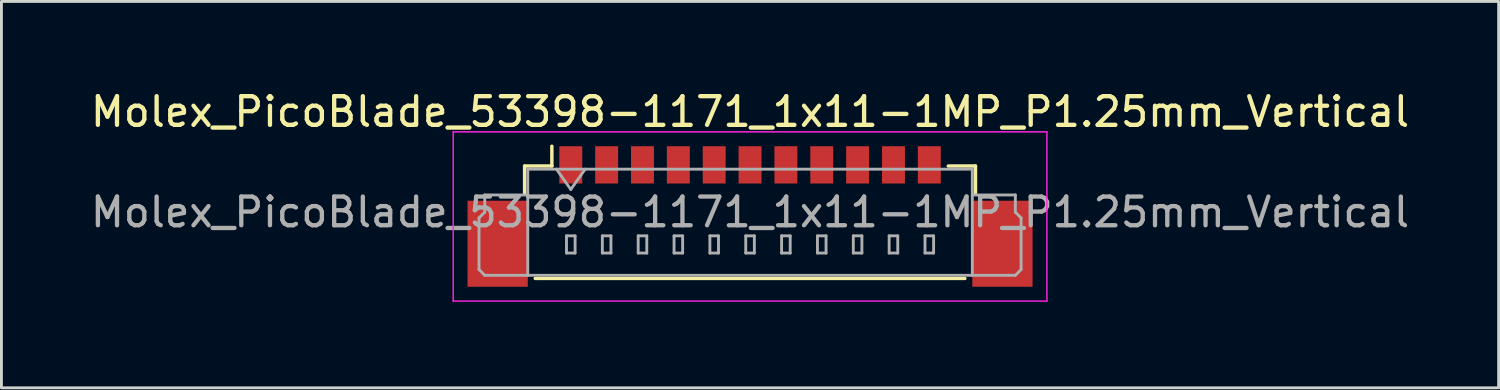
<source format=kicad_pcb>
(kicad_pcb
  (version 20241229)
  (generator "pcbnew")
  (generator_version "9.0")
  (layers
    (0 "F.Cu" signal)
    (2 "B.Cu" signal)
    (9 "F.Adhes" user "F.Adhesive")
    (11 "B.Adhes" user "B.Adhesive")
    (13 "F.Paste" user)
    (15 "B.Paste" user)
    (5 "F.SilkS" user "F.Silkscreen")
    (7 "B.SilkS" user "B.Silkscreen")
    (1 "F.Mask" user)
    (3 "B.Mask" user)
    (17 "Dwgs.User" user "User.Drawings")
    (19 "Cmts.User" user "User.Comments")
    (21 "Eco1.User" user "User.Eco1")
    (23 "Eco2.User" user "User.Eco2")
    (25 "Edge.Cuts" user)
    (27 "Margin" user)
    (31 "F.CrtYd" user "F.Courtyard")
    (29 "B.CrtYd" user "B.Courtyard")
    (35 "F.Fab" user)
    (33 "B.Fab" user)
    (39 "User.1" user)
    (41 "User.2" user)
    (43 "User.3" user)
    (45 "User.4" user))
  (footprint "Molex_PicoBlade_53398-1171_1x11-1MP_P1.25mm_Vertical"
    (layer "F.Cu")
    (at 23.101 3.948)
    (property "Reference" "Molex_PicoBlade_53398-1171_1x11-1MP_P1.25mm_Vertical" (at 0 -3.1 0) (layer "F.SilkS") (effects (font (size 1 1) (thickness 0.15))))
    (attr smd)
    (fp_line (start -7.86 -1.21) (end -6.91 -1.21) (stroke (width 0.12) (type solid)) (layer "F.SilkS"))
    (fp_line (start -7.86 -0.26) (end -7.86 -1.21) (stroke (width 0.12) (type solid)) (layer "F.SilkS"))
    (fp_line (start -7.49 2.71) (end 7.49 2.71) (stroke (width 0.12) (type solid)) (layer "F.SilkS"))
    (fp_line (start -6.91 -1.21) (end -6.91 -1.9) (stroke (width 0.12) (type solid)) (layer "F.SilkS"))
    (fp_line (start 7.86 -1.21) (end 6.91 -1.21) (stroke (width 0.12) (type solid)) (layer "F.SilkS"))
    (fp_line (start 7.86 -0.26) (end 7.86 -1.21) (stroke (width 0.12) (type solid)) (layer "F.SilkS"))
    (fp_line (start -10.35 -2.4) (end -10.35 3.5) (stroke (width 0.05) (type solid)) (layer "F.CrtYd"))
    (fp_line (start -10.35 3.5) (end 10.35 3.5) (stroke (width 0.05) (type solid)) (layer "F.CrtYd"))
    (fp_line (start 10.35 -2.4) (end -10.35 -2.4) (stroke (width 0.05) (type solid)) (layer "F.CrtYd"))
    (fp_line (start 10.35 3.5) (end 10.35 -2.4) (stroke (width 0.05) (type solid)) (layer "F.CrtYd"))
    (fp_line (start -9.45 0.6) (end -9.25 0.4) (stroke (width 0.1) (type solid)) (layer "F.Fab"))
    (fp_line (start -9.45 2.4) (end -9.45 0.6) (stroke (width 0.1) (type solid)) (layer "F.Fab"))
    (fp_line (start -9.25 -0.2) (end -7.75 -0.2) (stroke (width 0.1) (type solid)) (layer "F.Fab"))
    (fp_line (start -9.25 0.4) (end -9.25 -0.2) (stroke (width 0.1) (type solid)) (layer "F.Fab"))
    (fp_line (start -9.25 2.6) (end -9.45 2.4) (stroke (width 0.1) (type solid)) (layer "F.Fab"))
    (fp_line (start -7.75 -1.1) (end -7.75 2.6) (stroke (width 0.1) (type solid)) (layer "F.Fab"))
    (fp_line (start -7.75 -1.1) (end 7.75 -1.1) (stroke (width 0.1) (type solid)) (layer "F.Fab"))
    (fp_line (start -7.75 2.6) (end -9.25 2.6) (stroke (width 0.1) (type solid)) (layer "F.Fab"))
    (fp_line (start -7.75 2.6) (end 7.75 2.6) (stroke (width 0.1) (type solid)) (layer "F.Fab"))
    (fp_line (start -6.75 -1.1) (end -6.25 -0.393) (stroke (width 0.1) (type solid)) (layer "F.Fab"))
    (fp_line (start -6.4 1.225) (end -6.4 1.825) (stroke (width 0.1) (type solid)) (layer "F.Fab"))
    (fp_line (start -6.4 1.825) (end -6.1 1.825) (stroke (width 0.1) (type solid)) (layer "F.Fab"))
    (fp_line (start -6.25 -0.393) (end -5.75 -1.1) (stroke (width 0.1) (type solid)) (layer "F.Fab"))
    (fp_line (start -6.1 1.225) (end -6.4 1.225) (stroke (width 0.1) (type solid)) (layer "F.Fab"))
    (fp_line (start -6.1 1.825) (end -6.1 1.225) (stroke (width 0.1) (type solid)) (layer "F.Fab"))
    (fp_line (start -5.15 1.225) (end -5.15 1.825) (stroke (width 0.1) (type solid)) (layer "F.Fab"))
    (fp_line (start -5.15 1.825) (end -4.85 1.825) (stroke (width 0.1) (type solid)) (layer "F.Fab"))
    (fp_line (start -4.85 1.225) (end -5.15 1.225) (stroke (width 0.1) (type solid)) (layer "F.Fab"))
    (fp_line (start -4.85 1.825) (end -4.85 1.225) (stroke (width 0.1) (type solid)) (layer "F.Fab"))
    (fp_line (start -3.9 1.225) (end -3.9 1.825) (stroke (width 0.1) (type solid)) (layer "F.Fab"))
    (fp_line (start -3.9 1.825) (end -3.6 1.825) (stroke (width 0.1) (type solid)) (layer "F.Fab"))
    (fp_line (start -3.6 1.225) (end -3.9 1.225) (stroke (width 0.1) (type solid)) (layer "F.Fab"))
    (fp_line (start -3.6 1.825) (end -3.6 1.225) (stroke (width 0.1) (type solid)) (layer "F.Fab"))
    (fp_line (start -2.65 1.225) (end -2.65 1.825) (stroke (width 0.1) (type solid)) (layer "F.Fab"))
    (fp_line (start -2.65 1.825) (end -2.35 1.825) (stroke (width 0.1) (type solid)) (layer "F.Fab"))
    (fp_line (start -2.35 1.225) (end -2.65 1.225) (stroke (width 0.1) (type solid)) (layer "F.Fab"))
    (fp_line (start -2.35 1.825) (end -2.35 1.225) (stroke (width 0.1) (type solid)) (layer "F.Fab"))
    (fp_line (start -1.4 1.225) (end -1.4 1.825) (stroke (width 0.1) (type solid)) (layer "F.Fab"))
    (fp_line (start -1.4 1.825) (end -1.1 1.825) (stroke (width 0.1) (type solid)) (layer "F.Fab"))
    (fp_line (start -1.1 1.225) (end -1.4 1.225) (stroke (width 0.1) (type solid)) (layer "F.Fab"))
    (fp_line (start -1.1 1.825) (end -1.1 1.225) (stroke (width 0.1) (type solid)) (layer "F.Fab"))
    (fp_line (start -0.15 1.225) (end -0.15 1.825) (stroke (width 0.1) (type solid)) (layer "F.Fab"))
    (fp_line (start -0.15 1.825) (end 0.15 1.825) (stroke (width 0.1) (type solid)) (layer "F.Fab"))
    (fp_line (start 0.15 1.225) (end -0.15 1.225) (stroke (width 0.1) (type solid)) (layer "F.Fab"))
    (fp_line (start 0.15 1.825) (end 0.15 1.225) (stroke (width 0.1) (type solid)) (layer "F.Fab"))
    (fp_line (start 1.1 1.225) (end 1.1 1.825) (stroke (width 0.1) (type solid)) (layer "F.Fab"))
    (fp_line (start 1.1 1.825) (end 1.4 1.825) (stroke (width 0.1) (type solid)) (layer "F.Fab"))
    (fp_line (start 1.4 1.225) (end 1.1 1.225) (stroke (width 0.1) (type solid)) (layer "F.Fab"))
    (fp_line (start 1.4 1.825) (end 1.4 1.225) (stroke (width 0.1) (type solid)) (layer "F.Fab"))
    (fp_line (start 2.35 1.225) (end 2.35 1.825) (stroke (width 0.1) (type solid)) (layer "F.Fab"))
    (fp_line (start 2.35 1.825) (end 2.65 1.825) (stroke (width 0.1) (type solid)) (layer "F.Fab"))
    (fp_line (start 2.65 1.225) (end 2.35 1.225) (stroke (width 0.1) (type solid)) (layer "F.Fab"))
    (fp_line (start 2.65 1.825) (end 2.65 1.225) (stroke (width 0.1) (type solid)) (layer "F.Fab"))
    (fp_line (start 3.6 1.225) (end 3.6 1.825) (stroke (width 0.1) (type solid)) (layer "F.Fab"))
    (fp_line (start 3.6 1.825) (end 3.9 1.825) (stroke (width 0.1) (type solid)) (layer "F.Fab"))
    (fp_line (start 3.9 1.225) (end 3.6 1.225) (stroke (width 0.1) (type solid)) (layer "F.Fab"))
    (fp_line (start 3.9 1.825) (end 3.9 1.225) (stroke (width 0.1) (type solid)) (layer "F.Fab"))
    (fp_line (start 4.85 1.225) (end 4.85 1.825) (stroke (width 0.1) (type solid)) (layer "F.Fab"))
    (fp_line (start 4.85 1.825) (end 5.15 1.825) (stroke (width 0.1) (type solid)) (layer "F.Fab"))
    (fp_line (start 5.15 1.225) (end 4.85 1.225) (stroke (width 0.1) (type solid)) (layer "F.Fab"))
    (fp_line (start 5.15 1.825) (end 5.15 1.225) (stroke (width 0.1) (type solid)) (layer "F.Fab"))
    (fp_line (start 6.1 1.225) (end 6.1 1.825) (stroke (width 0.1) (type solid)) (layer "F.Fab"))
    (fp_line (start 6.1 1.825) (end 6.4 1.825) (stroke (width 0.1) (type solid)) (layer "F.Fab"))
    (fp_line (start 6.4 1.225) (end 6.1 1.225) (stroke (width 0.1) (type solid)) (layer "F.Fab"))
    (fp_line (start 6.4 1.825) (end 6.4 1.225) (stroke (width 0.1) (type solid)) (layer "F.Fab"))
    (fp_line (start 7.75 -1.1) (end 7.75 2.6) (stroke (width 0.1) (type solid)) (layer "F.Fab"))
    (fp_line (start 7.75 2.6) (end 9.25 2.6) (stroke (width 0.1) (type solid)) (layer "F.Fab"))
    (fp_line (start 9.25 -0.2) (end 7.75 -0.2) (stroke (width 0.1) (type solid)) (layer "F.Fab"))
    (fp_line (start 9.25 0.4) (end 9.25 -0.2) (stroke (width 0.1) (type solid)) (layer "F.Fab"))
    (fp_line (start 9.25 2.6) (end 9.45 2.4) (stroke (width 0.1) (type solid)) (layer "F.Fab"))
    (fp_line (start 9.45 0.6) (end 9.25 0.4) (stroke (width 0.1) (type solid)) (layer "F.Fab"))
    (fp_line (start 9.45 2.4) (end 9.45 0.6) (stroke (width 0.1) (type solid)) (layer "F.Fab"))
    (fp_text user "${REFERENCE}" (at 0 0.4 0) (layer "F.Fab") (effects (font (size 1 1) (thickness 0.15))))
    (pad "1" smd rect (at -6.25 -1.25) (size 0.8 1.3) (layers "F.Cu" "F.Mask" "F.Paste"))
    (pad "2" smd rect (at -5 -1.25) (size 0.8 1.3) (layers "F.Cu" "F.Mask" "F.Paste"))
    (pad "3" smd rect (at -3.75 -1.25) (size 0.8 1.3) (layers "F.Cu" "F.Mask" "F.Paste"))
    (pad "4" smd rect (at -2.5 -1.25) (size 0.8 1.3) (layers "F.Cu" "F.Mask" "F.Paste"))
    (pad "5" smd rect (at -1.25 -1.25) (size 0.8 1.3) (layers "F.Cu" "F.Mask" "F.Paste"))
    (pad "6" smd rect (at 0 -1.25) (size 0.8 1.3) (layers "F.Cu" "F.Mask" "F.Paste"))
    (pad "7" smd rect (at 1.25 -1.25) (size 0.8 1.3) (layers "F.Cu" "F.Mask" "F.Paste"))
    (pad "8" smd rect (at 2.5 -1.25) (size 0.8 1.3) (layers "F.Cu" "F.Mask" "F.Paste"))
    (pad "9" smd rect (at 3.75 -1.25) (size 0.8 1.3) (layers "F.Cu" "F.Mask" "F.Paste"))
    (pad "10" smd rect (at 5 -1.25) (size 0.8 1.3) (layers "F.Cu" "F.Mask" "F.Paste"))
    (pad "11" smd rect (at 6.25 -1.25) (size 0.8 1.3) (layers "F.Cu" "F.Mask" "F.Paste"))
    (pad "MP" smd rect (at -8.8 1.5) (size 2.1 3) (layers "F.Cu" "F.Mask" "F.Paste"))
    (pad "MP" smd rect (at 8.8 1.5) (size 2.1 3) (layers "F.Cu" "F.Mask" "F.Paste")))
  (gr_rect
    (start -3 -3)
    (end 49.202 10.473)
    (stroke (width 0.1) (type default))
    (fill no)
    (layer "Edge.Cuts")))
</source>
